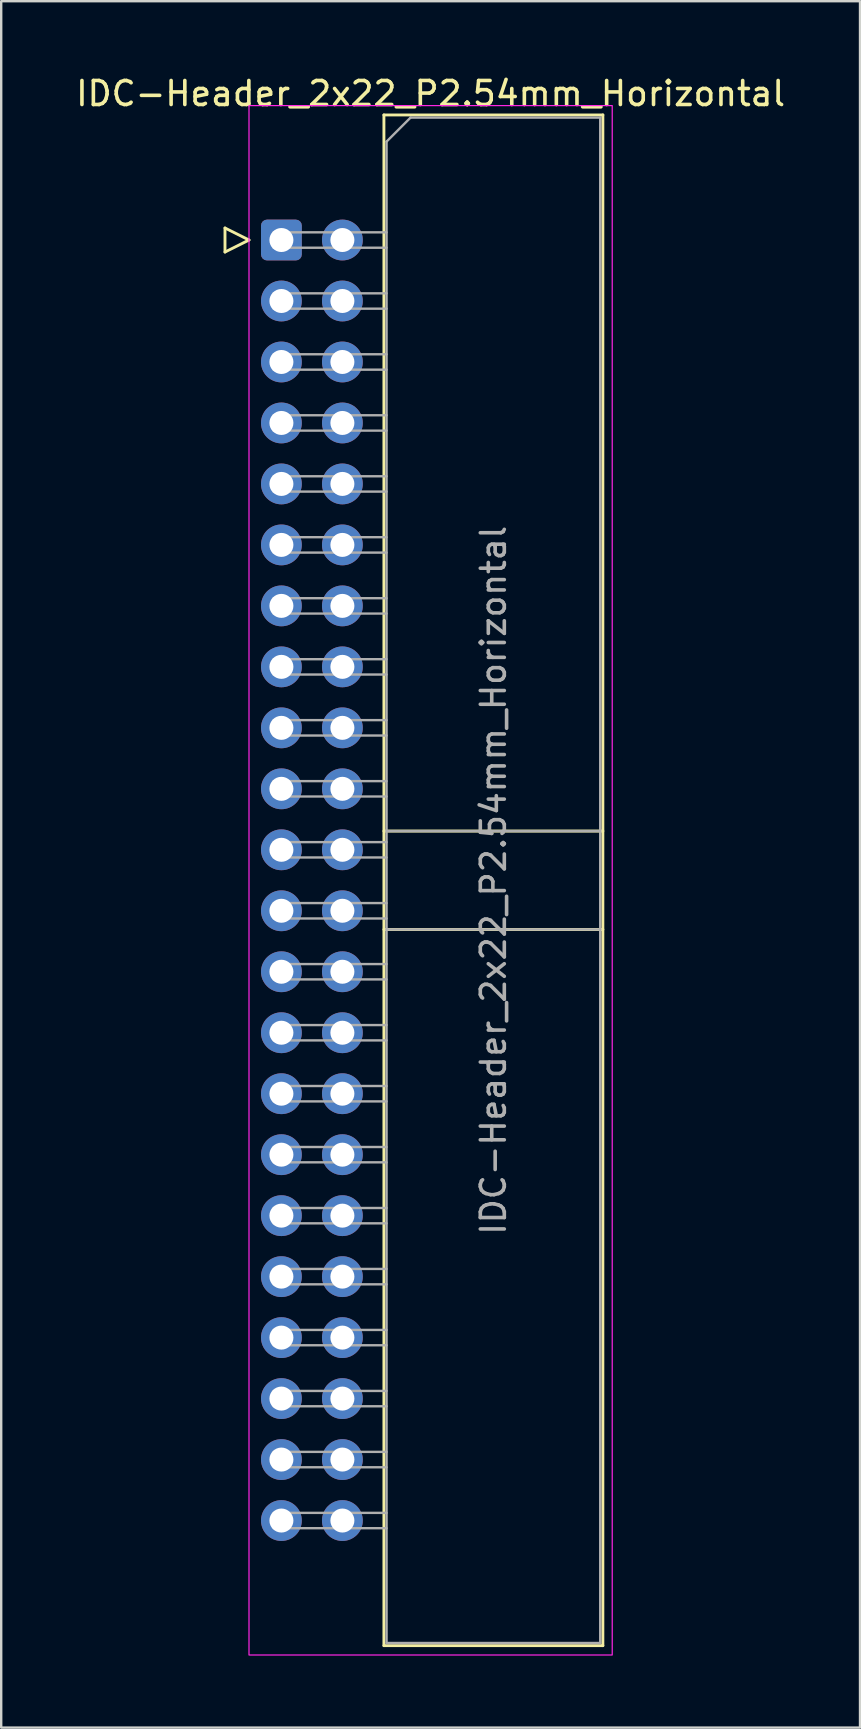
<source format=kicad_pcb>
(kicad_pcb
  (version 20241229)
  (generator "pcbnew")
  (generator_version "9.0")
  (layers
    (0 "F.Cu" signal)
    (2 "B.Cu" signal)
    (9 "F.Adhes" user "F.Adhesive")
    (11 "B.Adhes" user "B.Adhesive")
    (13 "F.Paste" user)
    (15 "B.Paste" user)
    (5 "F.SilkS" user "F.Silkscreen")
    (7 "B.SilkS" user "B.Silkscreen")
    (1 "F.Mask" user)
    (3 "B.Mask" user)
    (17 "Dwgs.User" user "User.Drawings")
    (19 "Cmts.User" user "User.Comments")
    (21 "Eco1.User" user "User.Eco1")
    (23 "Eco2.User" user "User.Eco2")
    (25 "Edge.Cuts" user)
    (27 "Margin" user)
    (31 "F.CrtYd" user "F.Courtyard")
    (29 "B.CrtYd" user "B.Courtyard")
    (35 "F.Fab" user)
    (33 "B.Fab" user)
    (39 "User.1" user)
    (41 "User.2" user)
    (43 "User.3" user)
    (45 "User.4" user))
  (footprint "IDC-Header_2x22_P2.54mm_Horizontal"
    (layer "F.Cu")
    (at 8.672 6.948)
    (property "Reference" "IDC-Header_2x22_P2.54mm_Horizontal" (at 6.215 -6.1 0) (layer "F.SilkS") (effects (font (size 1 1) (thickness 0.15))))
    (attr through_hole)
    (fp_line (start -2.35 -0.5) (end -2.35 0.5) (stroke (width 0.12) (type solid)) (layer "F.SilkS"))
    (fp_line (start -2.35 0.5) (end -1.35 0) (stroke (width 0.12) (type solid)) (layer "F.SilkS"))
    (fp_line (start -1.35 0) (end -2.35 -0.5) (stroke (width 0.12) (type solid)) (layer "F.SilkS"))
    (fp_line (start 4.27 -5.21) (end 13.39 -5.21) (stroke (width 0.12) (type solid)) (layer "F.SilkS"))
    (fp_line (start 4.27 24.62) (end 13.39 24.62) (stroke (width 0.12) (type solid)) (layer "F.SilkS"))
    (fp_line (start 4.27 28.72) (end 13.39 28.72) (stroke (width 0.12) (type solid)) (layer "F.SilkS"))
    (fp_line (start 4.27 58.55) (end 4.27 -5.21) (stroke (width 0.12) (type solid)) (layer "F.SilkS"))
    (fp_line (start 13.39 -5.21) (end 13.39 58.55) (stroke (width 0.12) (type solid)) (layer "F.SilkS"))
    (fp_line (start 13.39 58.55) (end 4.27 58.55) (stroke (width 0.12) (type solid)) (layer "F.SilkS"))
    (fp_rect (start -1.35 -5.6) (end 13.78 58.94) (stroke (width 0.05) (type solid)) (fill no) (layer "F.CrtYd"))
    (fp_line (start -0.32 -0.32) (end -0.32 0.32) (stroke (width 0.1) (type solid)) (layer "F.Fab"))
    (fp_line (start -0.32 0.32) (end 4.38 0.32) (stroke (width 0.1) (type solid)) (layer "F.Fab"))
    (fp_line (start -0.32 2.22) (end -0.32 2.86) (stroke (width 0.1) (type solid)) (layer "F.Fab"))
    (fp_line (start -0.32 2.86) (end 4.38 2.86) (stroke (width 0.1) (type solid)) (layer "F.Fab"))
    (fp_line (start -0.32 4.76) (end -0.32 5.4) (stroke (width 0.1) (type solid)) (layer "F.Fab"))
    (fp_line (start -0.32 5.4) (end 4.38 5.4) (stroke (width 0.1) (type solid)) (layer "F.Fab"))
    (fp_line (start -0.32 7.3) (end -0.32 7.94) (stroke (width 0.1) (type solid)) (layer "F.Fab"))
    (fp_line (start -0.32 7.94) (end 4.38 7.94) (stroke (width 0.1) (type solid)) (layer "F.Fab"))
    (fp_line (start -0.32 9.84) (end -0.32 10.48) (stroke (width 0.1) (type solid)) (layer "F.Fab"))
    (fp_line (start -0.32 10.48) (end 4.38 10.48) (stroke (width 0.1) (type solid)) (layer "F.Fab"))
    (fp_line (start -0.32 12.38) (end -0.32 13.02) (stroke (width 0.1) (type solid)) (layer "F.Fab"))
    (fp_line (start -0.32 13.02) (end 4.38 13.02) (stroke (width 0.1) (type solid)) (layer "F.Fab"))
    (fp_line (start -0.32 14.92) (end -0.32 15.56) (stroke (width 0.1) (type solid)) (layer "F.Fab"))
    (fp_line (start -0.32 15.56) (end 4.38 15.56) (stroke (width 0.1) (type solid)) (layer "F.Fab"))
    (fp_line (start -0.32 17.46) (end -0.32 18.1) (stroke (width 0.1) (type solid)) (layer "F.Fab"))
    (fp_line (start -0.32 18.1) (end 4.38 18.1) (stroke (width 0.1) (type solid)) (layer "F.Fab"))
    (fp_line (start -0.32 20) (end -0.32 20.64) (stroke (width 0.1) (type solid)) (layer "F.Fab"))
    (fp_line (start -0.32 20.64) (end 4.38 20.64) (stroke (width 0.1) (type solid)) (layer "F.Fab"))
    (fp_line (start -0.32 22.54) (end -0.32 23.18) (stroke (width 0.1) (type solid)) (layer "F.Fab"))
    (fp_line (start -0.32 23.18) (end 4.38 23.18) (stroke (width 0.1) (type solid)) (layer "F.Fab"))
    (fp_line (start -0.32 25.08) (end -0.32 25.72) (stroke (width 0.1) (type solid)) (layer "F.Fab"))
    (fp_line (start -0.32 25.72) (end 4.38 25.72) (stroke (width 0.1) (type solid)) (layer "F.Fab"))
    (fp_line (start -0.32 27.62) (end -0.32 28.26) (stroke (width 0.1) (type solid)) (layer "F.Fab"))
    (fp_line (start -0.32 28.26) (end 4.38 28.26) (stroke (width 0.1) (type solid)) (layer "F.Fab"))
    (fp_line (start -0.32 30.16) (end -0.32 30.8) (stroke (width 0.1) (type solid)) (layer "F.Fab"))
    (fp_line (start -0.32 30.8) (end 4.38 30.8) (stroke (width 0.1) (type solid)) (layer "F.Fab"))
    (fp_line (start -0.32 32.7) (end -0.32 33.34) (stroke (width 0.1) (type solid)) (layer "F.Fab"))
    (fp_line (start -0.32 33.34) (end 4.38 33.34) (stroke (width 0.1) (type solid)) (layer "F.Fab"))
    (fp_line (start -0.32 35.24) (end -0.32 35.88) (stroke (width 0.1) (type solid)) (layer "F.Fab"))
    (fp_line (start -0.32 35.88) (end 4.38 35.88) (stroke (width 0.1) (type solid)) (layer "F.Fab"))
    (fp_line (start -0.32 37.78) (end -0.32 38.42) (stroke (width 0.1) (type solid)) (layer "F.Fab"))
    (fp_line (start -0.32 38.42) (end 4.38 38.42) (stroke (width 0.1) (type solid)) (layer "F.Fab"))
    (fp_line (start -0.32 40.32) (end -0.32 40.96) (stroke (width 0.1) (type solid)) (layer "F.Fab"))
    (fp_line (start -0.32 40.96) (end 4.38 40.96) (stroke (width 0.1) (type solid)) (layer "F.Fab"))
    (fp_line (start -0.32 42.86) (end -0.32 43.5) (stroke (width 0.1) (type solid)) (layer "F.Fab"))
    (fp_line (start -0.32 43.5) (end 4.38 43.5) (stroke (width 0.1) (type solid)) (layer "F.Fab"))
    (fp_line (start -0.32 45.4) (end -0.32 46.04) (stroke (width 0.1) (type solid)) (layer "F.Fab"))
    (fp_line (start -0.32 46.04) (end 4.38 46.04) (stroke (width 0.1) (type solid)) (layer "F.Fab"))
    (fp_line (start -0.32 47.94) (end -0.32 48.58) (stroke (width 0.1) (type solid)) (layer "F.Fab"))
    (fp_line (start -0.32 48.58) (end 4.38 48.58) (stroke (width 0.1) (type solid)) (layer "F.Fab"))
    (fp_line (start -0.32 50.48) (end -0.32 51.12) (stroke (width 0.1) (type solid)) (layer "F.Fab"))
    (fp_line (start -0.32 51.12) (end 4.38 51.12) (stroke (width 0.1) (type solid)) (layer "F.Fab"))
    (fp_line (start -0.32 53.02) (end -0.32 53.66) (stroke (width 0.1) (type solid)) (layer "F.Fab"))
    (fp_line (start -0.32 53.66) (end 4.38 53.66) (stroke (width 0.1) (type solid)) (layer "F.Fab"))
    (fp_line (start 4.38 -4.1) (end 5.38 -5.1) (stroke (width 0.1) (type solid)) (layer "F.Fab"))
    (fp_line (start 4.38 -0.32) (end -0.32 -0.32) (stroke (width 0.1) (type solid)) (layer "F.Fab"))
    (fp_line (start 4.38 2.22) (end -0.32 2.22) (stroke (width 0.1) (type solid)) (layer "F.Fab"))
    (fp_line (start 4.38 4.76) (end -0.32 4.76) (stroke (width 0.1) (type solid)) (layer "F.Fab"))
    (fp_line (start 4.38 7.3) (end -0.32 7.3) (stroke (width 0.1) (type solid)) (layer "F.Fab"))
    (fp_line (start 4.38 9.84) (end -0.32 9.84) (stroke (width 0.1) (type solid)) (layer "F.Fab"))
    (fp_line (start 4.38 12.38) (end -0.32 12.38) (stroke (width 0.1) (type solid)) (layer "F.Fab"))
    (fp_line (start 4.38 14.92) (end -0.32 14.92) (stroke (width 0.1) (type solid)) (layer "F.Fab"))
    (fp_line (start 4.38 17.46) (end -0.32 17.46) (stroke (width 0.1) (type solid)) (layer "F.Fab"))
    (fp_line (start 4.38 20) (end -0.32 20) (stroke (width 0.1) (type solid)) (layer "F.Fab"))
    (fp_line (start 4.38 22.54) (end -0.32 22.54) (stroke (width 0.1) (type solid)) (layer "F.Fab"))
    (fp_line (start 4.38 24.62) (end 13.28 24.62) (stroke (width 0.1) (type solid)) (layer "F.Fab"))
    (fp_line (start 4.38 25.08) (end -0.32 25.08) (stroke (width 0.1) (type solid)) (layer "F.Fab"))
    (fp_line (start 4.38 27.62) (end -0.32 27.62) (stroke (width 0.1) (type solid)) (layer "F.Fab"))
    (fp_line (start 4.38 28.72) (end 13.28 28.72) (stroke (width 0.1) (type solid)) (layer "F.Fab"))
    (fp_line (start 4.38 30.16) (end -0.32 30.16) (stroke (width 0.1) (type solid)) (layer "F.Fab"))
    (fp_line (start 4.38 32.7) (end -0.32 32.7) (stroke (width 0.1) (type solid)) (layer "F.Fab"))
    (fp_line (start 4.38 35.24) (end -0.32 35.24) (stroke (width 0.1) (type solid)) (layer "F.Fab"))
    (fp_line (start 4.38 37.78) (end -0.32 37.78) (stroke (width 0.1) (type solid)) (layer "F.Fab"))
    (fp_line (start 4.38 40.32) (end -0.32 40.32) (stroke (width 0.1) (type solid)) (layer "F.Fab"))
    (fp_line (start 4.38 42.86) (end -0.32 42.86) (stroke (width 0.1) (type solid)) (layer "F.Fab"))
    (fp_line (start 4.38 45.4) (end -0.32 45.4) (stroke (width 0.1) (type solid)) (layer "F.Fab"))
    (fp_line (start 4.38 47.94) (end -0.32 47.94) (stroke (width 0.1) (type solid)) (layer "F.Fab"))
    (fp_line (start 4.38 50.48) (end -0.32 50.48) (stroke (width 0.1) (type solid)) (layer "F.Fab"))
    (fp_line (start 4.38 53.02) (end -0.32 53.02) (stroke (width 0.1) (type solid)) (layer "F.Fab"))
    (fp_line (start 4.38 58.44) (end 4.38 -4.1) (stroke (width 0.1) (type solid)) (layer "F.Fab"))
    (fp_line (start 5.38 -5.1) (end 13.28 -5.1) (stroke (width 0.1) (type solid)) (layer "F.Fab"))
    (fp_line (start 13.28 -5.1) (end 13.28 58.44) (stroke (width 0.1) (type solid)) (layer "F.Fab"))
    (fp_line (start 13.28 58.44) (end 4.38 58.44) (stroke (width 0.1) (type solid)) (layer "F.Fab"))
    (fp_text user "${REFERENCE}" (at 8.83 26.67 90) (layer "F.Fab") (effects (font (size 1 1) (thickness 0.15))))
    (pad "1" thru_hole roundrect (at 0 0) (size 1.7 1.7) (drill 1) (layers "*.Cu" "*.Mask") (roundrect_rratio 0.147))
    (pad "2" thru_hole circle (at 2.54 0) (size 1.7 1.7) (drill 1) (layers "*.Cu" "*.Mask"))
    (pad "3" thru_hole circle (at 0 2.54) (size 1.7 1.7) (drill 1) (layers "*.Cu" "*.Mask"))
    (pad "4" thru_hole circle (at 2.54 2.54) (size 1.7 1.7) (drill 1) (layers "*.Cu" "*.Mask"))
    (pad "5" thru_hole circle (at 0 5.08) (size 1.7 1.7) (drill 1) (layers "*.Cu" "*.Mask"))
    (pad "6" thru_hole circle (at 2.54 5.08) (size 1.7 1.7) (drill 1) (layers "*.Cu" "*.Mask"))
    (pad "7" thru_hole circle (at 0 7.62) (size 1.7 1.7) (drill 1) (layers "*.Cu" "*.Mask"))
    (pad "8" thru_hole circle (at 2.54 7.62) (size 1.7 1.7) (drill 1) (layers "*.Cu" "*.Mask"))
    (pad "9" thru_hole circle (at 0 10.16) (size 1.7 1.7) (drill 1) (layers "*.Cu" "*.Mask"))
    (pad "10" thru_hole circle (at 2.54 10.16) (size 1.7 1.7) (drill 1) (layers "*.Cu" "*.Mask"))
    (pad "11" thru_hole circle (at 0 12.7) (size 1.7 1.7) (drill 1) (layers "*.Cu" "*.Mask"))
    (pad "12" thru_hole circle (at 2.54 12.7) (size 1.7 1.7) (drill 1) (layers "*.Cu" "*.Mask"))
    (pad "13" thru_hole circle (at 0 15.24) (size 1.7 1.7) (drill 1) (layers "*.Cu" "*.Mask"))
    (pad "14" thru_hole circle (at 2.54 15.24) (size 1.7 1.7) (drill 1) (layers "*.Cu" "*.Mask"))
    (pad "15" thru_hole circle (at 0 17.78) (size 1.7 1.7) (drill 1) (layers "*.Cu" "*.Mask"))
    (pad "16" thru_hole circle (at 2.54 17.78) (size 1.7 1.7) (drill 1) (layers "*.Cu" "*.Mask"))
    (pad "17" thru_hole circle (at 0 20.32) (size 1.7 1.7) (drill 1) (layers "*.Cu" "*.Mask"))
    (pad "18" thru_hole circle (at 2.54 20.32) (size 1.7 1.7) (drill 1) (layers "*.Cu" "*.Mask"))
    (pad "19" thru_hole circle (at 0 22.86) (size 1.7 1.7) (drill 1) (layers "*.Cu" "*.Mask"))
    (pad "20" thru_hole circle (at 2.54 22.86) (size 1.7 1.7) (drill 1) (layers "*.Cu" "*.Mask"))
    (pad "21" thru_hole circle (at 0 25.4) (size 1.7 1.7) (drill 1) (layers "*.Cu" "*.Mask"))
    (pad "22" thru_hole circle (at 2.54 25.4) (size 1.7 1.7) (drill 1) (layers "*.Cu" "*.Mask"))
    (pad "23" thru_hole circle (at 0 27.94) (size 1.7 1.7) (drill 1) (layers "*.Cu" "*.Mask"))
    (pad "24" thru_hole circle (at 2.54 27.94) (size 1.7 1.7) (drill 1) (layers "*.Cu" "*.Mask"))
    (pad "25" thru_hole circle (at 0 30.48) (size 1.7 1.7) (drill 1) (layers "*.Cu" "*.Mask"))
    (pad "26" thru_hole circle (at 2.54 30.48) (size 1.7 1.7) (drill 1) (layers "*.Cu" "*.Mask"))
    (pad "27" thru_hole circle (at 0 33.02) (size 1.7 1.7) (drill 1) (layers "*.Cu" "*.Mask"))
    (pad "28" thru_hole circle (at 2.54 33.02) (size 1.7 1.7) (drill 1) (layers "*.Cu" "*.Mask"))
    (pad "29" thru_hole circle (at 0 35.56) (size 1.7 1.7) (drill 1) (layers "*.Cu" "*.Mask"))
    (pad "30" thru_hole circle (at 2.54 35.56) (size 1.7 1.7) (drill 1) (layers "*.Cu" "*.Mask"))
    (pad "31" thru_hole circle (at 0 38.1) (size 1.7 1.7) (drill 1) (layers "*.Cu" "*.Mask"))
    (pad "32" thru_hole circle (at 2.54 38.1) (size 1.7 1.7) (drill 1) (layers "*.Cu" "*.Mask"))
    (pad "33" thru_hole circle (at 0 40.64) (size 1.7 1.7) (drill 1) (layers "*.Cu" "*.Mask"))
    (pad "34" thru_hole circle (at 2.54 40.64) (size 1.7 1.7) (drill 1) (layers "*.Cu" "*.Mask"))
    (pad "35" thru_hole circle (at 0 43.18) (size 1.7 1.7) (drill 1) (layers "*.Cu" "*.Mask"))
    (pad "36" thru_hole circle (at 2.54 43.18) (size 1.7 1.7) (drill 1) (layers "*.Cu" "*.Mask"))
    (pad "37" thru_hole circle (at 0 45.72) (size 1.7 1.7) (drill 1) (layers "*.Cu" "*.Mask"))
    (pad "38" thru_hole circle (at 2.54 45.72) (size 1.7 1.7) (drill 1) (layers "*.Cu" "*.Mask"))
    (pad "39" thru_hole circle (at 0 48.26) (size 1.7 1.7) (drill 1) (layers "*.Cu" "*.Mask"))
    (pad "40" thru_hole circle (at 2.54 48.26) (size 1.7 1.7) (drill 1) (layers "*.Cu" "*.Mask"))
    (pad "41" thru_hole circle (at 0 50.8) (size 1.7 1.7) (drill 1) (layers "*.Cu" "*.Mask"))
    (pad "42" thru_hole circle (at 2.54 50.8) (size 1.7 1.7) (drill 1) (layers "*.Cu" "*.Mask"))
    (pad "43" thru_hole circle (at 0 53.34) (size 1.7 1.7) (drill 1) (layers "*.Cu" "*.Mask"))
    (pad "44" thru_hole circle (at 2.54 53.34) (size 1.7 1.7) (drill 1) (layers "*.Cu" "*.Mask")))
  (gr_rect
    (start -3 -3)
    (end 32.774 68.913)
    (stroke (width 0.1) (type default))
    (fill no)
    (layer "Edge.Cuts")))
</source>
